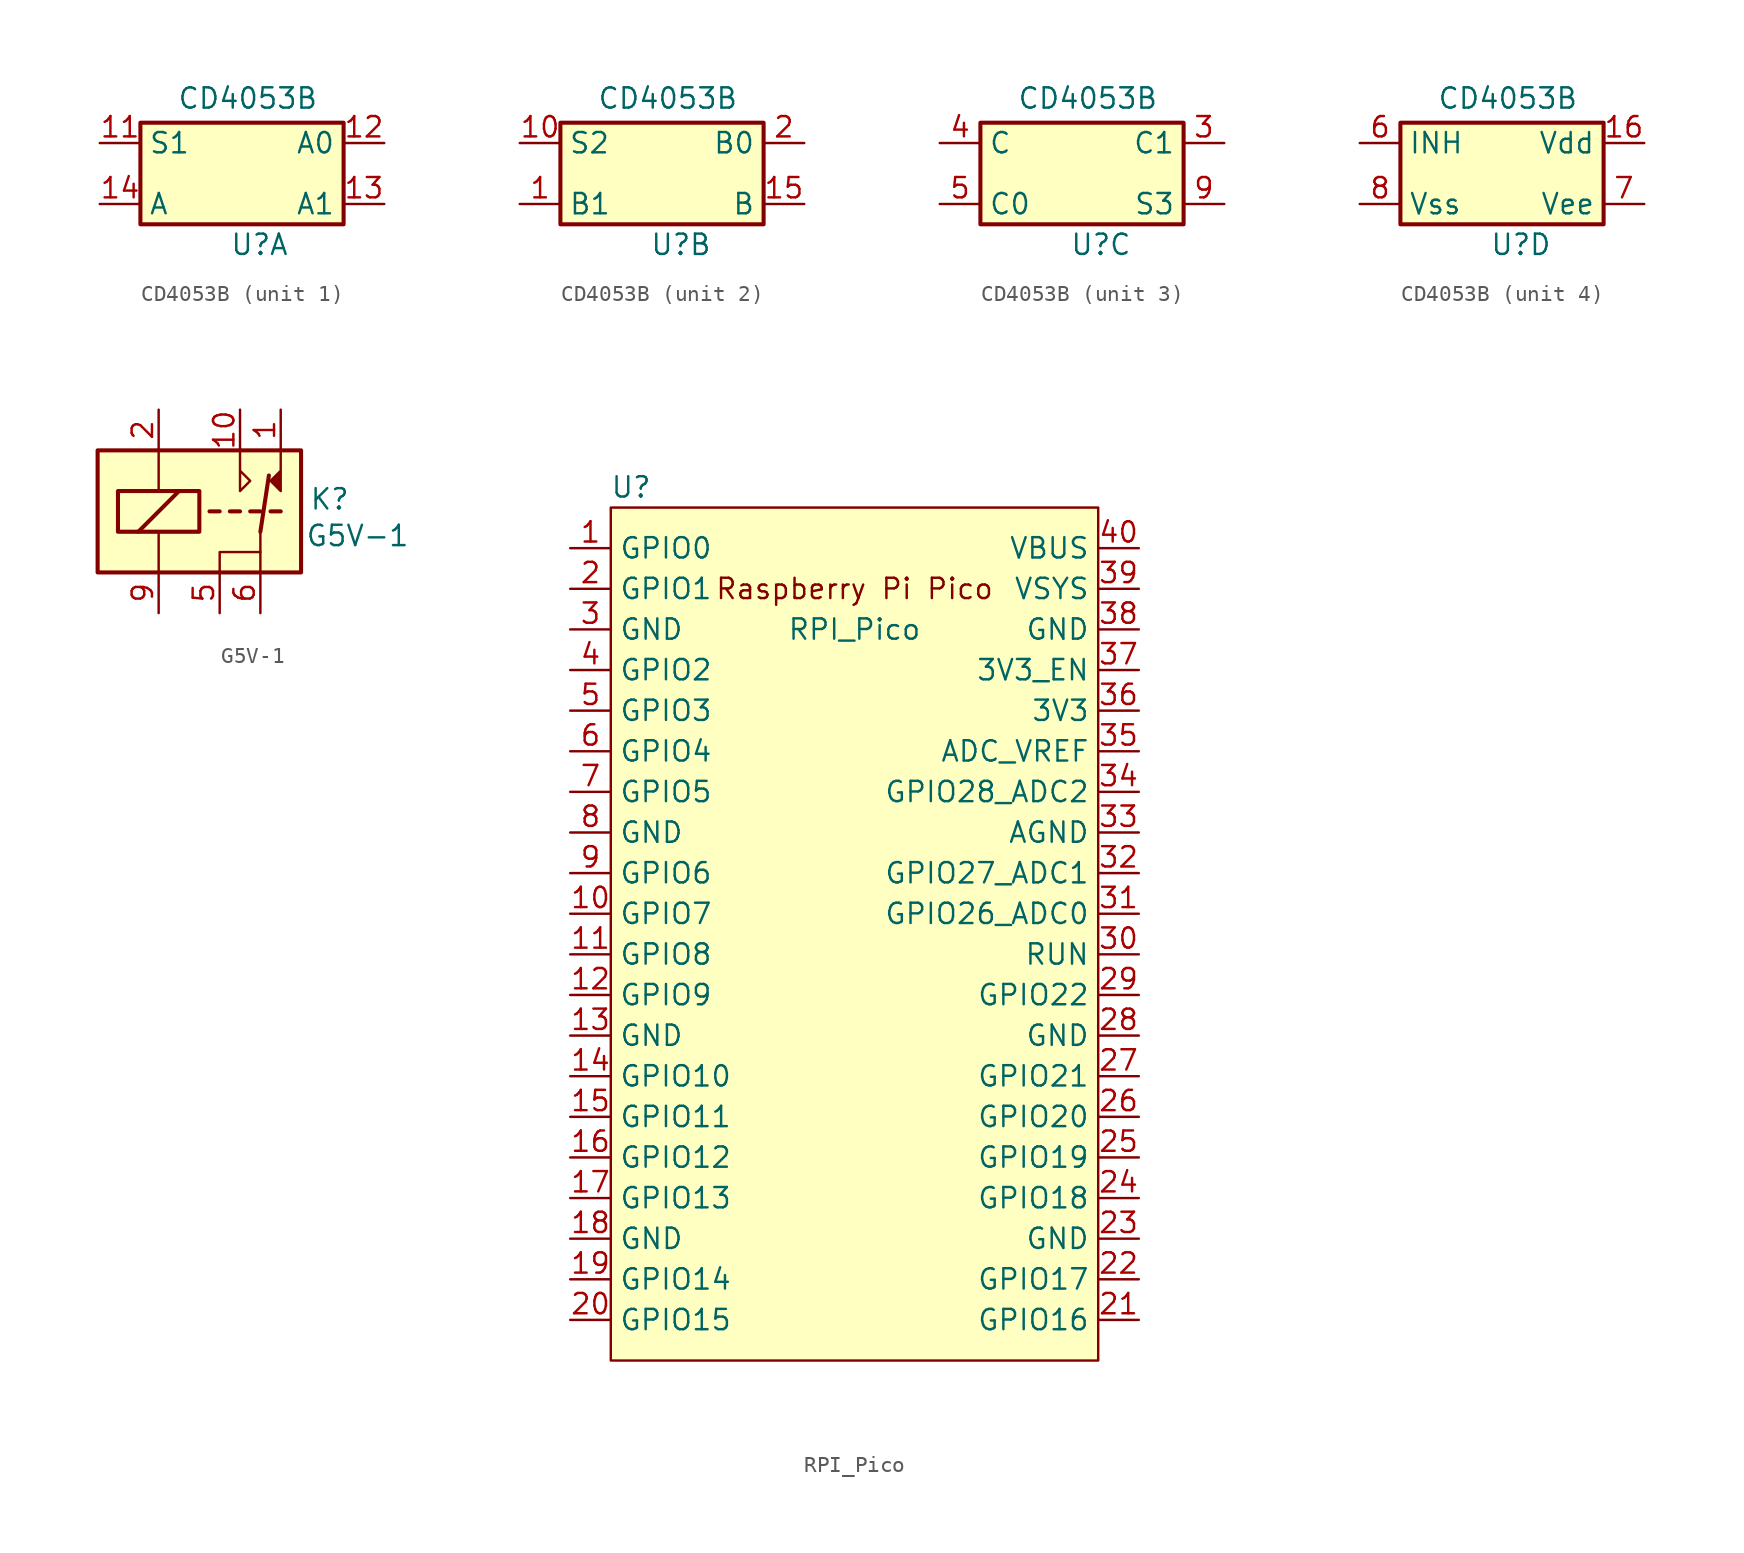
<source format=kicad_sym>
(kicad_symbol_lib
  (version 20231120)
  (generator "kicad_symbol_editor")
  (generator_version "8.0")
  (symbol "CD4053B"
    (property "Reference" "U"
      (at -0.762 -5.08 0)
      (effects (font (size 1.27 1.27)) (justify left)))
    (property "Value" "CD4053B"
      (at -4.064 4.064 0)
      (effects (font (size 1.27 1.27)) (justify left)))
    (symbol "CD4053B_0_1"
      (rectangle (start -6.35 2.54) (end 6.35 -3.81) (stroke (width 0.254) (type default)) (fill (type background))))
    (symbol "CD4053B_1_1"
      (pin input line (at -8.89 1.27 0) (length 2.54) (name "S1" (effects (font (size 1.27 1.27)))) (number "11" (effects (font (size 1.27 1.27)))))
      (pin bidirectional line (at 8.89 1.27 180) (length 2.54) (name "A0" (effects (font (size 1.27 1.27)))) (number "12" (effects (font (size 1.27 1.27)))))
      (pin bidirectional line (at 8.89 -2.54 180) (length 2.54) (name "A1" (effects (font (size 1.27 1.27)))) (number "13" (effects (font (size 1.27 1.27)))))
      (pin bidirectional line (at -8.89 -2.54 0) (length 2.54) (name "A" (effects (font (size 1.27 1.27)))) (number "14" (effects (font (size 1.27 1.27))))))
    (symbol "CD4053B_2_1"
      (pin bidirectional line (at -8.89 -2.54 0) (length 2.54) (name "B1" (effects (font (size 1.27 1.27)))) (number "1" (effects (font (size 1.27 1.27)))))
      (pin input line (at -8.89 1.27 0) (length 2.54) (name "S2" (effects (font (size 1.27 1.27)))) (number "10" (effects (font (size 1.27 1.27)))))
      (pin bidirectional line (at 8.89 -2.54 180) (length 2.54) (name "B" (effects (font (size 1.27 1.27)))) (number "15" (effects (font (size 1.27 1.27)))))
      (pin bidirectional line (at 8.89 1.27 180) (length 2.54) (name "B0" (effects (font (size 1.27 1.27)))) (number "2" (effects (font (size 1.27 1.27))))))
    (symbol "CD4053B_3_1"
      (pin bidirectional line (at 8.89 1.27 180) (length 2.54) (name "C1" (effects (font (size 1.27 1.27)))) (number "3" (effects (font (size 1.27 1.27)))))
      (pin bidirectional line (at -8.89 1.27 0) (length 2.54) (name "C" (effects (font (size 1.27 1.27)))) (number "4" (effects (font (size 1.27 1.27)))))
      (pin bidirectional line (at -8.89 -2.54 0) (length 2.54) (name "C0" (effects (font (size 1.27 1.27)))) (number "5" (effects (font (size 1.27 1.27)))))
      (pin input line (at 8.89 -2.54 180) (length 2.54) (name "S3" (effects (font (size 1.27 1.27)))) (number "9" (effects (font (size 1.27 1.27))))))
    (symbol "CD4053B_4_1"
      (pin power_in line (at 8.89 1.27 180) (length 2.54) (name "Vdd" (effects (font (size 1.27 1.27)))) (number "16" (effects (font (size 1.27 1.27)))))
      (pin input line (at -8.89 1.27 0) (length 2.54) (name "INH" (effects (font (size 1.27 1.27)))) (number "6" (effects (font (size 1.27 1.27)))))
      (pin power_in line (at 8.89 -2.54 180) (length 2.54) (name "Vee" (effects (font (size 1.27 1.27)))) (number "7" (effects (font (size 1.27 1.27)))))
      (pin power_in line (at -8.89 -2.54 0) (length 2.54) (name "Vss" (effects (font (size 1.27 1.27)))) (number "8" (effects (font (size 1.27 1.27)))))))
  (symbol "G5V-1"
    (property "Reference" "K"
      (at -0.762 0.762 0)
      (effects (font (size 1.27 1.27)) (justify left)))
    (property "Value" "G5V-1"
      (at -1.016 -1.524 0)
      (effects (font (size 1.27 1.27)) (justify left)))
    (symbol "G5V-1_0_1"
      (rectangle (start -13.97 3.81) (end -1.27 -3.81) (stroke (width 0.254) (type default)) (fill (type background)))
      (rectangle (start -12.7 1.27) (end -7.62 -1.27) (stroke (width 0.254) (type default)) (fill (type none)))
      (polyline (pts (xy -11.43 -1.27) (xy -8.89 1.27)) (stroke (width 0.254) (type default)) (fill (type none)))
      (polyline (pts (xy -10.16 -3.81) (xy -10.16 -1.27)) (stroke (width 0) (type default)) (fill (type none)))
      (polyline (pts (xy -10.16 3.81) (xy -10.16 1.27)) (stroke (width 0) (type default)) (fill (type none)))
      (polyline (pts (xy -6.985 0) (xy -6.35 0)) (stroke (width 0.254) (type default)) (fill (type none)))
      (polyline (pts (xy -5.715 0) (xy -5.08 0)) (stroke (width 0.254) (type default)) (fill (type none)))
      (polyline (pts (xy -4.445 0) (xy -3.81 0)) (stroke (width 0.254) (type default)) (fill (type none)))
      (polyline (pts (xy -3.81 -1.27) (xy -3.81 -3.81)) (stroke (width 0) (type default)) (fill (type none)))
      (polyline (pts (xy -3.175 0) (xy -2.54 0)) (stroke (width 0.254) (type default)) (fill (type none)))
      (polyline (pts (xy -6.35 -3.81) (xy -6.35 -2.54) (xy -3.81 -2.54)) (stroke (width 0) (type default)) (fill (type none)))
      (polyline (pts (xy -5.08 3.81) (xy -5.08 1.27) (xy -4.445 1.905) (xy -5.08 2.54)) (stroke (width 0) (type default)) (fill (type none)))
      (polyline (pts (xy -2.54 3.81) (xy -2.54 1.27) (xy -3.175 1.905) (xy -2.54 2.54)) (stroke (width 0) (type default)) (fill (type outline))))
    (symbol "G5V-1_1_1"
      (polyline (pts (xy -3.81 -1.27) (xy -3.277 2.242)) (stroke (width 0.254) (type default)) (fill (type none)))
      (pin passive line (at -2.54 6.35 270) (length 2.54) (name "~" (effects (font (size 1.27 1.27)))) (number "1" (effects (font (size 1.27 1.27)))))
      (pin passive line (at -5.08 6.35 270) (length 2.54) (name "~" (effects (font (size 1.27 1.27)))) (number "10" (effects (font (size 1.27 1.27)))))
      (pin passive line (at -10.16 6.35 270) (length 2.54) (name "~" (effects (font (size 1.27 1.27)))) (number "2" (effects (font (size 1.27 1.27)))))
      (pin passive line (at -6.35 -6.35 90) (length 2.54) (name "~" (effects (font (size 1.27 1.27)))) (number "5" (effects (font (size 1.27 1.27)))))
      (pin passive line (at -3.81 -6.35 90) (length 2.54) (name "" (effects (font (size 1.27 1.27)))) (number "6" (effects (font (size 1.27 1.27)))))
      (pin passive line (at -10.16 -6.35 90) (length 2.54) (name "~" (effects (font (size 1.27 1.27)))) (number "9" (effects (font (size 1.27 1.27)))))))
  (symbol "RPI_Pico"
    (property "Reference" "U"
      (at -13.97 27.94 0)
      (effects (font (size 1.27 1.27))))
    (property "Value" "RPI_Pico"
      (at 0 19.05 0)
      (effects (font (size 1.27 1.27))))
    (symbol "RPI_Pico_0_0"
      (text "Raspberry Pi Pico" (at 0 21.59 0) (effects (font (size 1.27 1.27)))))
    (symbol "RPI_Pico_0_1"
      (rectangle (start -15.24 26.67) (end 15.24 -26.67) (stroke (width 0) (type default)) (fill (type background))))
    (symbol "RPI_Pico_1_1"
      (pin bidirectional line (at -17.78 24.13 0) (length 2.54) (name "GPIO0" (effects (font (size 1.27 1.27)))) (number "1" (effects (font (size 1.27 1.27)))))
      (pin bidirectional line (at -17.78 1.27 0) (length 2.54) (name "GPIO7" (effects (font (size 1.27 1.27)))) (number "10" (effects (font (size 1.27 1.27)))))
      (pin bidirectional line (at -17.78 -1.27 0) (length 2.54) (name "GPIO8" (effects (font (size 1.27 1.27)))) (number "11" (effects (font (size 1.27 1.27)))))
      (pin bidirectional line (at -17.78 -3.81 0) (length 2.54) (name "GPIO9" (effects (font (size 1.27 1.27)))) (number "12" (effects (font (size 1.27 1.27)))))
      (pin power_in line (at -17.78 -6.35 0) (length 2.54) (name "GND" (effects (font (size 1.27 1.27)))) (number "13" (effects (font (size 1.27 1.27)))))
      (pin bidirectional line (at -17.78 -8.89 0) (length 2.54) (name "GPIO10" (effects (font (size 1.27 1.27)))) (number "14" (effects (font (size 1.27 1.27)))))
      (pin bidirectional line (at -17.78 -11.43 0) (length 2.54) (name "GPIO11" (effects (font (size 1.27 1.27)))) (number "15" (effects (font (size 1.27 1.27)))))
      (pin bidirectional line (at -17.78 -13.97 0) (length 2.54) (name "GPIO12" (effects (font (size 1.27 1.27)))) (number "16" (effects (font (size 1.27 1.27)))))
      (pin bidirectional line (at -17.78 -16.51 0) (length 2.54) (name "GPIO13" (effects (font (size 1.27 1.27)))) (number "17" (effects (font (size 1.27 1.27)))))
      (pin power_in line (at -17.78 -19.05 0) (length 2.54) (name "GND" (effects (font (size 1.27 1.27)))) (number "18" (effects (font (size 1.27 1.27)))))
      (pin bidirectional line (at -17.78 -21.59 0) (length 2.54) (name "GPIO14" (effects (font (size 1.27 1.27)))) (number "19" (effects (font (size 1.27 1.27)))))
      (pin bidirectional line (at -17.78 21.59 0) (length 2.54) (name "GPIO1" (effects (font (size 1.27 1.27)))) (number "2" (effects (font (size 1.27 1.27)))))
      (pin bidirectional line (at -17.78 -24.13 0) (length 2.54) (name "GPIO15" (effects (font (size 1.27 1.27)))) (number "20" (effects (font (size 1.27 1.27)))))
      (pin bidirectional line (at 17.78 -24.13 180) (length 2.54) (name "GPIO16" (effects (font (size 1.27 1.27)))) (number "21" (effects (font (size 1.27 1.27)))))
      (pin bidirectional line (at 17.78 -21.59 180) (length 2.54) (name "GPIO17" (effects (font (size 1.27 1.27)))) (number "22" (effects (font (size 1.27 1.27)))))
      (pin power_in line (at 17.78 -19.05 180) (length 2.54) (name "GND" (effects (font (size 1.27 1.27)))) (number "23" (effects (font (size 1.27 1.27)))))
      (pin bidirectional line (at 17.78 -16.51 180) (length 2.54) (name "GPIO18" (effects (font (size 1.27 1.27)))) (number "24" (effects (font (size 1.27 1.27)))))
      (pin bidirectional line (at 17.78 -13.97 180) (length 2.54) (name "GPIO19" (effects (font (size 1.27 1.27)))) (number "25" (effects (font (size 1.27 1.27)))))
      (pin bidirectional line (at 17.78 -11.43 180) (length 2.54) (name "GPIO20" (effects (font (size 1.27 1.27)))) (number "26" (effects (font (size 1.27 1.27)))))
      (pin bidirectional line (at 17.78 -8.89 180) (length 2.54) (name "GPIO21" (effects (font (size 1.27 1.27)))) (number "27" (effects (font (size 1.27 1.27)))))
      (pin power_in line (at 17.78 -6.35 180) (length 2.54) (name "GND" (effects (font (size 1.27 1.27)))) (number "28" (effects (font (size 1.27 1.27)))))
      (pin bidirectional line (at 17.78 -3.81 180) (length 2.54) (name "GPIO22" (effects (font (size 1.27 1.27)))) (number "29" (effects (font (size 1.27 1.27)))))
      (pin power_in line (at -17.78 19.05 0) (length 2.54) (name "GND" (effects (font (size 1.27 1.27)))) (number "3" (effects (font (size 1.27 1.27)))))
      (pin input line (at 17.78 -1.27 180) (length 2.54) (name "RUN" (effects (font (size 1.27 1.27)))) (number "30" (effects (font (size 1.27 1.27)))))
      (pin bidirectional line (at 17.78 1.27 180) (length 2.54) (name "GPIO26_ADC0" (effects (font (size 1.27 1.27)))) (number "31" (effects (font (size 1.27 1.27)))))
      (pin bidirectional line (at 17.78 3.81 180) (length 2.54) (name "GPIO27_ADC1" (effects (font (size 1.27 1.27)))) (number "32" (effects (font (size 1.27 1.27)))))
      (pin power_in line (at 17.78 6.35 180) (length 2.54) (name "AGND" (effects (font (size 1.27 1.27)))) (number "33" (effects (font (size 1.27 1.27)))))
      (pin bidirectional line (at 17.78 8.89 180) (length 2.54) (name "GPIO28_ADC2" (effects (font (size 1.27 1.27)))) (number "34" (effects (font (size 1.27 1.27)))))
      (pin power_in line (at 17.78 11.43 180) (length 2.54) (name "ADC_VREF" (effects (font (size 1.27 1.27)))) (number "35" (effects (font (size 1.27 1.27)))))
      (pin power_in line (at 17.78 13.97 180) (length 2.54) (name "3V3" (effects (font (size 1.27 1.27)))) (number "36" (effects (font (size 1.27 1.27)))))
      (pin input line (at 17.78 16.51 180) (length 2.54) (name "3V3_EN" (effects (font (size 1.27 1.27)))) (number "37" (effects (font (size 1.27 1.27)))))
      (pin bidirectional line (at 17.78 19.05 180) (length 2.54) (name "GND" (effects (font (size 1.27 1.27)))) (number "38" (effects (font (size 1.27 1.27)))))
      (pin power_in line (at 17.78 21.59 180) (length 2.54) (name "VSYS" (effects (font (size 1.27 1.27)))) (number "39" (effects (font (size 1.27 1.27)))))
      (pin bidirectional line (at -17.78 16.51 0) (length 2.54) (name "GPIO2" (effects (font (size 1.27 1.27)))) (number "4" (effects (font (size 1.27 1.27)))))
      (pin power_in line (at 17.78 24.13 180) (length 2.54) (name "VBUS" (effects (font (size 1.27 1.27)))) (number "40" (effects (font (size 1.27 1.27)))))
      (pin bidirectional line (at -17.78 13.97 0) (length 2.54) (name "GPIO3" (effects (font (size 1.27 1.27)))) (number "5" (effects (font (size 1.27 1.27)))))
      (pin bidirectional line (at -17.78 11.43 0) (length 2.54) (name "GPIO4" (effects (font (size 1.27 1.27)))) (number "6" (effects (font (size 1.27 1.27)))))
      (pin bidirectional line (at -17.78 8.89 0) (length 2.54) (name "GPIO5" (effects (font (size 1.27 1.27)))) (number "7" (effects (font (size 1.27 1.27)))))
      (pin power_in line (at -17.78 6.35 0) (length 2.54) (name "GND" (effects (font (size 1.27 1.27)))) (number "8" (effects (font (size 1.27 1.27)))))
      (pin bidirectional line (at -17.78 3.81 0) (length 2.54) (name "GPIO6" (effects (font (size 1.27 1.27)))) (number "9" (effects (font (size 1.27 1.27))))))))
</source>
